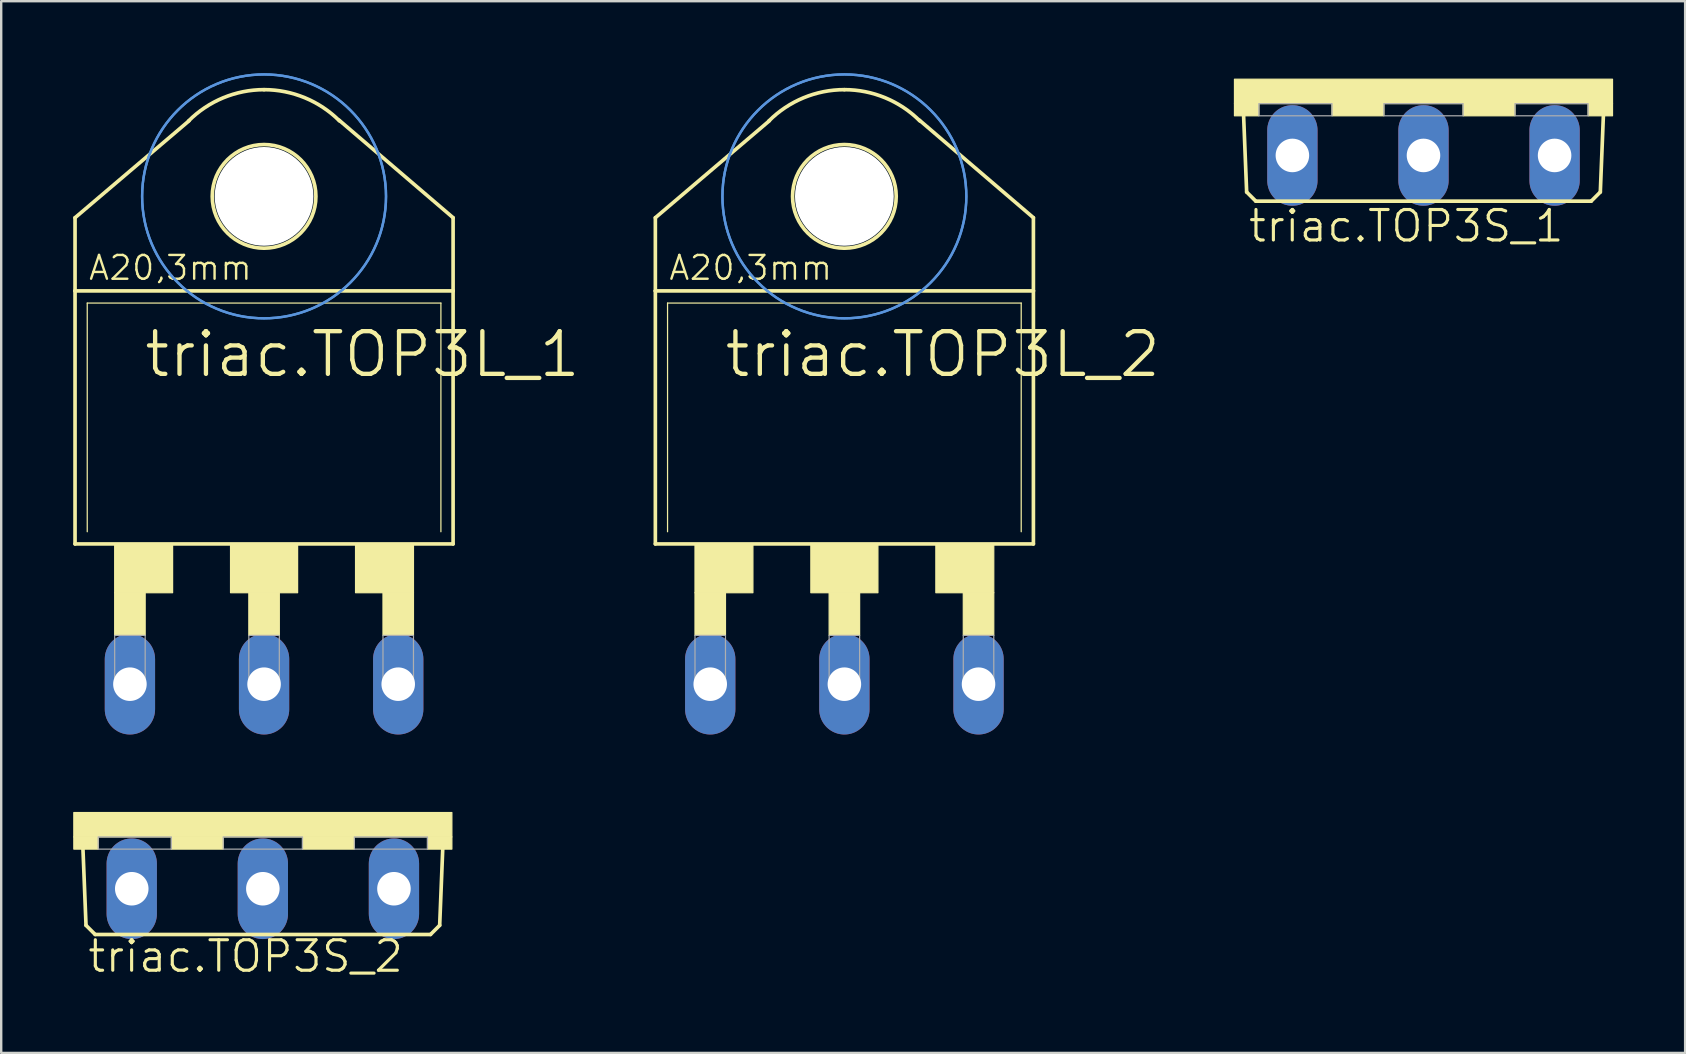
<source format=kicad_pcb>
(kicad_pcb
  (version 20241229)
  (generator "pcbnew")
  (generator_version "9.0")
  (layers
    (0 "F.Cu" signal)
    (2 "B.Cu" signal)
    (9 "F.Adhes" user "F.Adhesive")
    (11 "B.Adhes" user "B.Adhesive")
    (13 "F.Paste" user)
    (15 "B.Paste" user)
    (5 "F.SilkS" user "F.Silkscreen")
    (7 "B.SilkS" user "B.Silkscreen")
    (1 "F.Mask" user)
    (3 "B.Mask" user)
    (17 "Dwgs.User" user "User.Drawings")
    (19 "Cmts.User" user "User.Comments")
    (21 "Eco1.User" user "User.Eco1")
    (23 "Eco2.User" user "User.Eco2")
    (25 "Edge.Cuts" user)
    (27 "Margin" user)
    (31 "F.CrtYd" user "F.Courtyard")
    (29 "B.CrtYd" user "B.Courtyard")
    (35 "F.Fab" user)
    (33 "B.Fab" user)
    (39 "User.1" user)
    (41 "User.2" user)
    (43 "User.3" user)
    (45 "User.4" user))
  (footprint "triac.TOP3S_1"
    (layer "F.Cu")
    (at 56.246 0.25)
    (property "Reference" "triac.TOP3S_1" (at -7.366 6.858 0) (layer "F.SilkS") (effects (font (size 1.27 1.27) (thickness 0.13)) (justify left bottom)))
    (attr through_hole)
    (fp_line (start -7.366 4.699) (end -7.493 1.524) (stroke (width 0.152) (type default)) (layer "F.SilkS"))
    (fp_line (start -6.985 5.08) (end -7.366 4.699) (stroke (width 0.152) (type default)) (layer "F.SilkS"))
    (fp_line (start -6.985 5.08) (end 6.985 5.08) (stroke (width 0.152) (type default)) (layer "F.SilkS"))
    (fp_line (start 6.985 5.08) (end 7.366 4.699) (stroke (width 0.152) (type default)) (layer "F.SilkS"))
    (fp_line (start 7.366 4.699) (end 7.493 1.524) (stroke (width 0.152) (type default)) (layer "F.SilkS"))
    (fp_rect (start -7.874 1.016) (end 7.874 0) (stroke (width 0.05) (type default)) (fill yes) (layer "F.SilkS"))
    (fp_rect (start -7.874 1.524) (end -6.858 1.016) (stroke (width 0.05) (type default)) (fill yes) (layer "F.SilkS"))
    (fp_rect (start -3.81 1.524) (end -1.651 1.016) (stroke (width 0.05) (type default)) (fill yes) (layer "F.SilkS"))
    (fp_rect (start 1.651 1.524) (end 3.81 1.016) (stroke (width 0.05) (type default)) (fill yes) (layer "F.SilkS"))
    (fp_rect (start 6.858 1.524) (end 7.874 1.016) (stroke (width 0.05) (type default)) (fill yes) (layer "F.SilkS"))
    (fp_rect (start -6.858 1.524) (end -3.81 1.016) (stroke (width 0.05) (type default)) (fill no) (layer "F.Fab"))
    (fp_rect (start -1.651 1.524) (end 1.651 1.016) (stroke (width 0.05) (type default)) (fill no) (layer "F.Fab"))
    (fp_rect (start 3.81 1.524) (end 6.858 1.016) (stroke (width 0.05) (type default)) (fill no) (layer "F.Fab"))
    (pad "A1" thru_hole oval (at -5.461 3.175 90) (size 4.191 2.095) (drill 1.397) (layers "*.Cu" "*.Mask"))
    (pad "A2" thru_hole oval (at 0 3.175 90) (size 4.191 2.095) (drill 1.397) (layers "*.Cu" "*.Mask"))
    (pad "G" thru_hole oval (at 5.461 3.175 90) (size 4.191 2.095) (drill 1.397) (layers "*.Cu" "*.Mask")))
  (footprint "triac.TOP3S_2"
    (layer "F.Cu")
    (at 7.899 30.796)
    (property "Reference" "triac.TOP3S_2" (at -7.366 6.731 0) (layer "F.SilkS") (effects (font (size 1.27 1.27) (thickness 0.13)) (justify left bottom)))
    (attr through_hole)
    (fp_line (start -7.366 4.699) (end -7.493 1.524) (stroke (width 0.152) (type default)) (layer "F.SilkS"))
    (fp_line (start -6.985 5.08) (end -7.366 4.699) (stroke (width 0.152) (type default)) (layer "F.SilkS"))
    (fp_line (start -6.985 5.08) (end 6.985 5.08) (stroke (width 0.152) (type default)) (layer "F.SilkS"))
    (fp_line (start 6.985 5.08) (end 7.366 4.699) (stroke (width 0.152) (type default)) (layer "F.SilkS"))
    (fp_line (start 7.366 4.699) (end 7.493 1.524) (stroke (width 0.152) (type default)) (layer "F.SilkS"))
    (fp_rect (start -7.874 1.016) (end 7.874 0) (stroke (width 0.05) (type default)) (fill yes) (layer "F.SilkS"))
    (fp_rect (start -7.874 1.524) (end -6.858 1.016) (stroke (width 0.05) (type default)) (fill yes) (layer "F.SilkS"))
    (fp_rect (start -3.81 1.524) (end -1.651 1.016) (stroke (width 0.05) (type default)) (fill yes) (layer "F.SilkS"))
    (fp_rect (start 1.651 1.524) (end 3.81 1.016) (stroke (width 0.05) (type default)) (fill yes) (layer "F.SilkS"))
    (fp_rect (start 6.858 1.524) (end 7.874 1.016) (stroke (width 0.05) (type default)) (fill yes) (layer "F.SilkS"))
    (fp_rect (start -6.858 1.524) (end -3.81 1.016) (stroke (width 0.05) (type default)) (fill no) (layer "F.Fab"))
    (fp_rect (start -1.651 1.524) (end 1.651 1.016) (stroke (width 0.05) (type default)) (fill no) (layer "F.Fab"))
    (fp_rect (start 3.81 1.524) (end 6.858 1.016) (stroke (width 0.05) (type default)) (fill no) (layer "F.Fab"))
    (pad "A" thru_hole oval (at 0 3.175 90) (size 4.191 2.095) (drill 1.397) (layers "*.Cu" "*.Mask"))
    (pad "C" thru_hole oval (at -5.461 3.175 90) (size 4.191 2.095) (drill 1.397) (layers "*.Cu" "*.Mask"))
    (pad "G" thru_hole oval (at 5.461 3.175 90) (size 4.191 2.095) (drill 1.397) (layers "*.Cu" "*.Mask")))
  (footprint "triac.TOP3L_2"
    (layer "F.Cu")
    (at 32.123 17.83)
    (property "Reference" "triac.TOP3L_2" (at -5.08 -5.08 0) (layer "F.SilkS") (effects (font (size 1.778 1.778) (thickness 0.18)) (justify left bottom)))
    (attr through_hole)
    (fp_line (start -7.874 -11.811) (end -3.124 -15.85) (stroke (width 0.152) (type default)) (layer "F.SilkS"))
    (fp_line (start -7.874 -8.763) (end -7.874 -11.811) (stroke (width 0.152) (type default)) (layer "F.SilkS"))
    (fp_line (start -7.874 1.778) (end -7.874 -8.763) (stroke (width 0.152) (type default)) (layer "F.SilkS"))
    (fp_line (start -7.874 1.778) (end 7.874 1.778) (stroke (width 0.152) (type default)) (layer "F.SilkS"))
    (fp_line (start -7.366 1.27) (end -7.366 -8.255) (stroke (width 0.051) (type default)) (layer "F.SilkS"))
    (fp_line (start 7.366 -8.255) (end -7.366 -8.255) (stroke (width 0.051) (type default)) (layer "F.SilkS"))
    (fp_line (start 7.366 -8.255) (end 7.366 1.27) (stroke (width 0.051) (type default)) (layer "F.SilkS"))
    (fp_line (start 7.874 -11.811) (end 3.124 -15.875) (stroke (width 0.152) (type default)) (layer "F.SilkS"))
    (fp_line (start 7.874 -8.763) (end -7.874 -8.763) (stroke (width 0.152) (type default)) (layer "F.SilkS"))
    (fp_line (start 7.874 -8.763) (end 7.874 -11.811) (stroke (width 0.152) (type default)) (layer "F.SilkS"))
    (fp_line (start 7.874 -8.763) (end 7.874 1.778) (stroke (width 0.152) (type default)) (layer "F.SilkS"))
    (fp_rect (start -6.223 3.81) (end -3.81 1.778) (stroke (width 0.05) (type default)) (fill yes) (layer "F.SilkS"))
    (fp_rect (start -6.223 5.588) (end -4.953 3.81) (stroke (width 0.05) (type default)) (fill yes) (layer "F.SilkS"))
    (fp_rect (start -1.397 3.81) (end 1.397 1.778) (stroke (width 0.05) (type default)) (fill yes) (layer "F.SilkS"))
    (fp_rect (start -0.635 5.588) (end 0.635 3.81) (stroke (width 0.05) (type default)) (fill yes) (layer "F.SilkS"))
    (fp_rect (start 3.81 3.81) (end 6.223 1.778) (stroke (width 0.05) (type default)) (fill yes) (layer "F.SilkS"))
    (fp_rect (start 4.953 5.588) (end 6.223 3.81) (stroke (width 0.05) (type default)) (fill yes) (layer "F.SilkS"))
    (fp_arc (start -3.1431 -15.8431) (mid -1.701035 -16.806659) (end 0 -17.145) (stroke (width 0.1524) (type default)) (layer "F.SilkS"))
    (fp_arc (start 0 -17.145) (mid 1.701035 -16.806659) (end 3.1431 -15.8431) (stroke (width 0.1524) (type default)) (layer "F.SilkS"))
    (fp_circle (center 0 -12.7) (end 2.159 -12.7) (stroke (width 0.152) (type default)) (fill no) (layer "F.SilkS"))
    (fp_circle (center 0 -12.7) (end 5.08 -12.7) (stroke (width 0.1) (type default)) (fill no) (layer "Cmts.User"))
    (fp_circle (center 0 -12.7) (end 5.08 -12.7) (stroke (width 0.1) (type default)) (fill no) (layer "Cmts.User"))
    (fp_rect (start -6.223 7.62) (end -4.953 5.588) (stroke (width 0.05) (type default)) (fill no) (layer "F.Fab"))
    (fp_rect (start -0.635 7.62) (end 0.635 5.588) (stroke (width 0.05) (type default)) (fill no) (layer "F.Fab"))
    (fp_rect (start 4.953 7.62) (end 6.223 5.588) (stroke (width 0.05) (type default)) (fill no) (layer "F.Fab"))
    (fp_text user "A20,3mm" (at -7.366 -9.144 0) (layer "F.SilkS") (effects (font (size 0.991 0.991) (thickness 0.1)) (justify left bottom)))
    (pad "" np_thru_hole circle (at 0 -12.7) (size 4.115 4.115) (drill 4.115) (layers "*.Cu" "*.Mask"))
    (pad "A" thru_hole oval (at 0 7.62 90) (size 4.191 2.095) (drill 1.397) (layers "*.Cu" "*.Mask"))
    (pad "C" thru_hole oval (at -5.588 7.62 90) (size 4.191 2.095) (drill 1.397) (layers "*.Cu" "*.Mask"))
    (pad "G" thru_hole oval (at 5.588 7.62 90) (size 4.191 2.095) (drill 1.397) (layers "*.Cu" "*.Mask")))
  (footprint "triac.TOP3L_1"
    (layer "F.Cu")
    (at 7.95 17.83)
    (property "Reference" "triac.TOP3L_1" (at -5.08 -5.08 0) (layer "F.SilkS") (effects (font (size 1.778 1.778) (thickness 0.18)) (justify left bottom)))
    (attr through_hole)
    (fp_line (start -7.874 -11.811) (end -3.124 -15.85) (stroke (width 0.152) (type default)) (layer "F.SilkS"))
    (fp_line (start -7.874 -8.763) (end -7.874 -11.811) (stroke (width 0.152) (type default)) (layer "F.SilkS"))
    (fp_line (start -7.874 1.778) (end -7.874 -8.763) (stroke (width 0.152) (type default)) (layer "F.SilkS"))
    (fp_line (start -7.874 1.778) (end 7.874 1.778) (stroke (width 0.152) (type default)) (layer "F.SilkS"))
    (fp_line (start -7.366 1.27) (end -7.366 -8.255) (stroke (width 0.051) (type default)) (layer "F.SilkS"))
    (fp_line (start 7.366 -8.255) (end -7.366 -8.255) (stroke (width 0.051) (type default)) (layer "F.SilkS"))
    (fp_line (start 7.366 -8.255) (end 7.366 1.27) (stroke (width 0.051) (type default)) (layer "F.SilkS"))
    (fp_line (start 7.874 -11.811) (end 3.124 -15.875) (stroke (width 0.152) (type default)) (layer "F.SilkS"))
    (fp_line (start 7.874 -8.763) (end -7.874 -8.763) (stroke (width 0.152) (type default)) (layer "F.SilkS"))
    (fp_line (start 7.874 -8.763) (end 7.874 -11.811) (stroke (width 0.152) (type default)) (layer "F.SilkS"))
    (fp_line (start 7.874 -8.763) (end 7.874 1.778) (stroke (width 0.152) (type default)) (layer "F.SilkS"))
    (fp_rect (start -6.223 3.81) (end -3.81 1.778) (stroke (width 0.05) (type default)) (fill yes) (layer "F.SilkS"))
    (fp_rect (start -6.223 5.588) (end -4.953 3.81) (stroke (width 0.05) (type default)) (fill yes) (layer "F.SilkS"))
    (fp_rect (start -1.397 3.81) (end 1.397 1.778) (stroke (width 0.05) (type default)) (fill yes) (layer "F.SilkS"))
    (fp_rect (start -0.635 5.588) (end 0.635 3.81) (stroke (width 0.05) (type default)) (fill yes) (layer "F.SilkS"))
    (fp_rect (start 3.81 3.81) (end 6.223 1.778) (stroke (width 0.05) (type default)) (fill yes) (layer "F.SilkS"))
    (fp_rect (start 4.953 5.588) (end 6.223 3.81) (stroke (width 0.05) (type default)) (fill yes) (layer "F.SilkS"))
    (fp_arc (start -3.1431 -15.8431) (mid -1.701032 -16.806651) (end 0 -17.145) (stroke (width 0.1524) (type default)) (layer "F.SilkS"))
    (fp_arc (start 0 -17.145) (mid 1.701032 -16.806651) (end 3.1431 -15.8431) (stroke (width 0.1524) (type default)) (layer "F.SilkS"))
    (fp_circle (center 0 -12.7) (end 2.159 -12.7) (stroke (width 0.152) (type default)) (fill no) (layer "F.SilkS"))
    (fp_circle (center 0 -12.7) (end 5.08 -12.7) (stroke (width 0.1) (type default)) (fill no) (layer "Cmts.User"))
    (fp_circle (center 0 -12.7) (end 5.08 -12.7) (stroke (width 0.1) (type default)) (fill no) (layer "Cmts.User"))
    (fp_rect (start -6.223 7.62) (end -4.953 5.588) (stroke (width 0.05) (type default)) (fill no) (layer "F.Fab"))
    (fp_rect (start -0.635 7.62) (end 0.635 5.588) (stroke (width 0.05) (type default)) (fill no) (layer "F.Fab"))
    (fp_rect (start 4.953 7.62) (end 6.223 5.588) (stroke (width 0.05) (type default)) (fill no) (layer "F.Fab"))
    (fp_text user "A20,3mm" (at -7.366 -9.144 0) (layer "F.SilkS") (effects (font (size 0.991 0.991) (thickness 0.1)) (justify left bottom)))
    (pad "" np_thru_hole circle (at 0 -12.7) (size 4.115 4.115) (drill 4.115) (layers "*.Cu" "*.Mask"))
    (pad "A1" thru_hole oval (at -5.588 7.62 90) (size 4.191 2.095) (drill 1.397) (layers "*.Cu" "*.Mask"))
    (pad "A2" thru_hole oval (at 0 7.62 90) (size 4.191 2.095) (drill 1.397) (layers "*.Cu" "*.Mask"))
    (pad "G" thru_hole oval (at 5.588 7.62 90) (size 4.191 2.095) (drill 1.397) (layers "*.Cu" "*.Mask")))
  (gr_rect
    (start -3 -3)
    (end 67.145 40.809)
    (stroke (width 0.1) (type default))
    (fill no)
    (layer "Edge.Cuts")))
</source>
